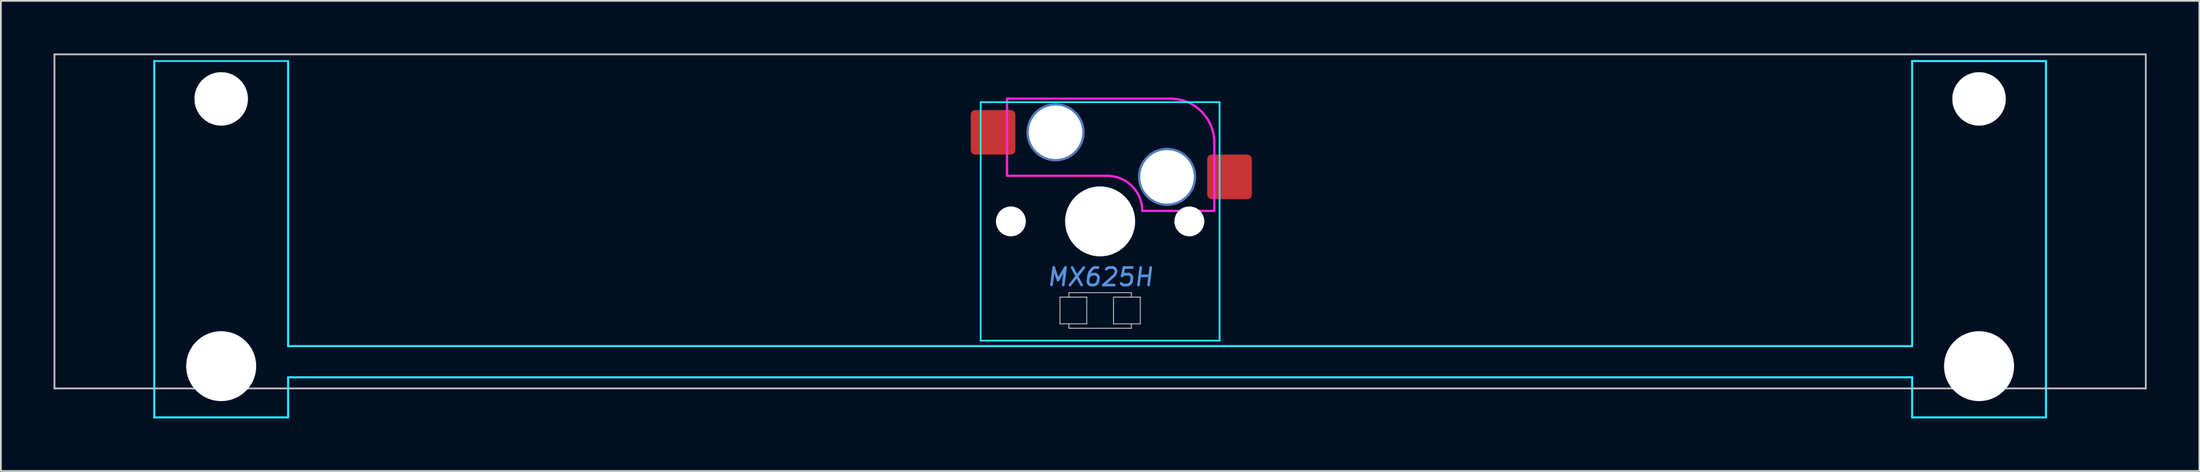
<source format=kicad_pcb>
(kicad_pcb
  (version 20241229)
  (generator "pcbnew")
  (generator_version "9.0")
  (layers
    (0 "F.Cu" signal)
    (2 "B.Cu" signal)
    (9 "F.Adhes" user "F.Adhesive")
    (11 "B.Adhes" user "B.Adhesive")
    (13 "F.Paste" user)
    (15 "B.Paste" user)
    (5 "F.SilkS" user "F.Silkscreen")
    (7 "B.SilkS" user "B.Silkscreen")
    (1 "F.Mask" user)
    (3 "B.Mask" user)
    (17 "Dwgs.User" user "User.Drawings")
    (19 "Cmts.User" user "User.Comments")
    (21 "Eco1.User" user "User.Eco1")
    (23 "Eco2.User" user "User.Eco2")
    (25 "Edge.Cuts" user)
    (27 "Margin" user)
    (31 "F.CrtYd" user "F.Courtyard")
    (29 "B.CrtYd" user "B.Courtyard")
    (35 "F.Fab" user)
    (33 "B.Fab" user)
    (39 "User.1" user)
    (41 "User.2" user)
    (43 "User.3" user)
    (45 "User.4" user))
  (footprint "MX625H"
    (layer "F.Cu")
    (at 59.581 9.575)
    (property "Reference" "MX625H" (at 0 3.175 0) (layer "Cmts.User") (effects (font (size 1 1) (thickness 0.15) (italic yes))))
    (attr smd)
    (fp_line (start -59.531 -9.525) (end -59.531 9.525) (stroke (width 0.1) (type solid)) (layer "Dwgs.User"))
    (fp_line (start -59.531 -9.525) (end 59.531 -9.525) (stroke (width 0.1) (type solid)) (layer "Dwgs.User"))
    (fp_line (start -59.531 9.525) (end 59.531 9.525) (stroke (width 0.1) (type solid)) (layer "Dwgs.User"))
    (fp_line (start -2.286 4.318) (end -0.762 4.318) (stroke (width 0.051) (type solid)) (layer "Dwgs.User"))
    (fp_line (start -2.286 5.842) (end -2.286 4.318) (stroke (width 0.051) (type solid)) (layer "Dwgs.User"))
    (fp_line (start -1.778 4.064) (end 1.778 4.064) (stroke (width 0.051) (type solid)) (layer "Dwgs.User"))
    (fp_line (start -1.778 4.318) (end -1.778 4.064) (stroke (width 0.051) (type solid)) (layer "Dwgs.User"))
    (fp_line (start -1.778 6.096) (end -1.778 5.842) (stroke (width 0.051) (type solid)) (layer "Dwgs.User"))
    (fp_line (start -0.762 4.318) (end -0.762 5.842) (stroke (width 0.051) (type solid)) (layer "Dwgs.User"))
    (fp_line (start -0.762 5.842) (end -2.286 5.842) (stroke (width 0.051) (type solid)) (layer "Dwgs.User"))
    (fp_line (start 0.762 4.318) (end 2.286 4.318) (stroke (width 0.051) (type solid)) (layer "Dwgs.User"))
    (fp_line (start 0.762 5.842) (end 0.762 4.318) (stroke (width 0.051) (type solid)) (layer "Dwgs.User"))
    (fp_line (start 1.778 4.064) (end 1.778 4.318) (stroke (width 0.051) (type solid)) (layer "Dwgs.User"))
    (fp_line (start 1.778 5.842) (end 1.778 6.096) (stroke (width 0.051) (type solid)) (layer "Dwgs.User"))
    (fp_line (start 1.778 6.096) (end -1.778 6.096) (stroke (width 0.051) (type solid)) (layer "Dwgs.User"))
    (fp_line (start 2.286 4.318) (end 2.286 5.842) (stroke (width 0.051) (type solid)) (layer "Dwgs.User"))
    (fp_line (start 2.286 5.842) (end 0.762 5.842) (stroke (width 0.051) (type solid)) (layer "Dwgs.User"))
    (fp_line (start 59.531 -9.525) (end 59.531 9.525) (stroke (width 0.1) (type solid)) (layer "Dwgs.User"))
    (fp_line (start -53.538 -5.485) (end -53.538 8.515) (stroke (width 0.1) (type solid)) (layer "Eco1.User"))
    (fp_line (start -53.038 -5.985) (end -47.038 -5.985) (stroke (width 0.1) (type solid)) (layer "Eco1.User"))
    (fp_line (start -47.038 9.015) (end -53.038 9.015) (stroke (width 0.1) (type solid)) (layer "Eco1.User"))
    (fp_line (start -46.538 8.515) (end -46.538 -5.485) (stroke (width 0.1) (type solid)) (layer "Eco1.User"))
    (fp_line (start -7 -6.5) (end -7 6.5) (stroke (width 0.1) (type solid)) (layer "Eco1.User"))
    (fp_line (start -6.5 7) (end 6.5 7) (stroke (width 0.1) (type solid)) (layer "Eco1.User"))
    (fp_line (start 6.5 -7) (end -6.5 -7) (stroke (width 0.1) (type solid)) (layer "Eco1.User"))
    (fp_line (start 7 6.5) (end 7 -6.5) (stroke (width 0.1) (type solid)) (layer "Eco1.User"))
    (fp_line (start 46.538 -5.485) (end 46.538 8.515) (stroke (width 0.1) (type solid)) (layer "Eco1.User"))
    (fp_line (start 47.038 -5.985) (end 53.038 -5.985) (stroke (width 0.1) (type solid)) (layer "Eco1.User"))
    (fp_line (start 53.038 9.015) (end 47.038 9.015) (stroke (width 0.1) (type solid)) (layer "Eco1.User"))
    (fp_line (start 53.538 8.515) (end 53.538 -5.485) (stroke (width 0.1) (type solid)) (layer "Eco1.User"))
    (fp_arc (start -53.538 -5.485) (mid -53.391553 -5.838553) (end -53.038 -5.985) (stroke (width 0.1) (type solid)) (layer "Eco1.User"))
    (fp_arc (start -53.038 9.015) (mid -53.391553 8.868553) (end -53.538 8.515) (stroke (width 0.1) (type solid)) (layer "Eco1.User"))
    (fp_arc (start -47.038 -5.985) (mid -46.684447 -5.838553) (end -46.538 -5.485) (stroke (width 0.1) (type solid)) (layer "Eco1.User"))
    (fp_arc (start -46.538 8.515) (mid -46.684447 8.868553) (end -47.038 9.015) (stroke (width 0.1) (type solid)) (layer "Eco1.User"))
    (fp_arc (start -7 -6.5) (mid -6.853553 -6.853553) (end -6.5 -7) (stroke (width 0.1) (type solid)) (layer "Eco1.User"))
    (fp_arc (start -6.5 7) (mid -6.853553 6.853553) (end -7 6.5) (stroke (width 0.1) (type solid)) (layer "Eco1.User"))
    (fp_arc (start 6.5 -7) (mid 6.853553 -6.853553) (end 7 -6.5) (stroke (width 0.1) (type solid)) (layer "Eco1.User"))
    (fp_arc (start 7 6.5) (mid 6.853553 6.853553) (end 6.5 7) (stroke (width 0.1) (type solid)) (layer "Eco1.User"))
    (fp_arc (start 46.538 -5.485) (mid 46.684447 -5.838553) (end 47.038 -5.985) (stroke (width 0.1) (type solid)) (layer "Eco1.User"))
    (fp_arc (start 47.038 9.015) (mid 46.684447 8.868553) (end 46.538 8.515) (stroke (width 0.1) (type solid)) (layer "Eco1.User"))
    (fp_arc (start 53.038 -5.985) (mid 53.391553 -5.838553) (end 53.538 -5.485) (stroke (width 0.1) (type solid)) (layer "Eco1.User"))
    (fp_arc (start 53.538 8.515) (mid 53.391553 8.868553) (end 53.038 9.015) (stroke (width 0.1) (type solid)) (layer "Eco1.User"))
    (fp_line (start -53.848 -9.144) (end -46.228 -9.144) (stroke (width 0.1) (type solid)) (layer "B.CrtYd"))
    (fp_line (start -53.848 11.176) (end -53.848 -9.144) (stroke (width 0.12) (type solid)) (layer "B.CrtYd"))
    (fp_line (start -53.848 11.176) (end -46.228 11.176) (stroke (width 0.12) (type solid)) (layer "B.CrtYd"))
    (fp_line (start -46.228 7.112) (end -46.228 -9.144) (stroke (width 0.12) (type solid)) (layer "B.CrtYd"))
    (fp_line (start -46.228 7.112) (end 46.228 7.112) (stroke (width 0.12) (type solid)) (layer "B.CrtYd"))
    (fp_line (start -46.228 8.89) (end 46.228 8.89) (stroke (width 0.12) (type solid)) (layer "B.CrtYd"))
    (fp_line (start -46.228 11.176) (end -46.228 8.89) (stroke (width 0.12) (type solid)) (layer "B.CrtYd"))
    (fp_line (start -6.8 -6.8) (end -6.8 6.8) (stroke (width 0.1) (type solid)) (layer "B.CrtYd"))
    (fp_line (start 6.8 -6.8) (end -6.8 -6.8) (stroke (width 0.1) (type solid)) (layer "B.CrtYd"))
    (fp_line (start 6.8 -6.8) (end 6.8 6.8) (stroke (width 0.1) (type solid)) (layer "B.CrtYd"))
    (fp_line (start 6.8 6.8) (end -6.8 6.8) (stroke (width 0.1) (type solid)) (layer "B.CrtYd"))
    (fp_line (start 46.228 7.112) (end 46.228 -9.144) (stroke (width 0.12) (type solid)) (layer "B.CrtYd"))
    (fp_line (start 46.228 11.176) (end 46.228 8.89) (stroke (width 0.12) (type solid)) (layer "B.CrtYd"))
    (fp_line (start 53.848 -9.144) (end 46.228 -9.144) (stroke (width 0.12) (type solid)) (layer "B.CrtYd"))
    (fp_line (start 53.848 11.176) (end 46.228 11.176) (stroke (width 0.12) (type solid)) (layer "B.CrtYd"))
    (fp_line (start 53.848 11.176) (end 53.848 -9.144) (stroke (width 0.12) (type solid)) (layer "B.CrtYd"))
    (fp_line (start -5.3 -7) (end -5.3 -2.6) (stroke (width 0.127) (type solid)) (layer "F.CrtYd"))
    (fp_line (start -5.2 -7) (end -5.3 -7) (stroke (width 0.12) (type solid)) (layer "F.CrtYd"))
    (fp_line (start 0.4 -2.6) (end -5.3 -2.6) (stroke (width 0.127) (type solid)) (layer "F.CrtYd"))
    (fp_line (start 4 -7) (end -5.2 -7) (stroke (width 0.12) (type solid)) (layer "F.CrtYd"))
    (fp_line (start 6.5 -4.5) (end 6.5 -0.6) (stroke (width 0.127) (type solid)) (layer "F.CrtYd"))
    (fp_line (start 6.5 -0.6) (end 2.4 -0.6) (stroke (width 0.12) (type solid)) (layer "F.CrtYd"))
    (fp_arc (start 0.4 -2.6) (mid 1.814214 -2.014214) (end 2.4 -0.6) (stroke (width 0.127) (type solid)) (layer "F.CrtYd"))
    (fp_arc (start 4 -7) (mid 5.767767 -6.267767) (end 6.5 -4.5) (stroke (width 0.127) (type solid)) (layer "F.CrtYd"))
    (pad "" np_thru_hole circle (at -50.038 -6.985) (size 3.048 3.048) (drill 3.048) (layers "*.Cu" "*.Mask"))
    (pad "" np_thru_hole circle (at -50.038 8.255) (size 3.988 3.988) (drill 3.988) (layers "*.Cu" "*.Mask"))
    (pad "" np_thru_hole circle (at -5.08 0) (size 1.702 1.702) (drill 1.702) (layers "*.Cu" "*.Mask"))
    (pad "" np_thru_hole circle (at -2.54 -5.08) (size 3.302 3.302) (drill 3.048) (layers "*.Cu" "*.Mask"))
    (pad "" np_thru_hole circle (at 0 0) (size 3.988 3.988) (drill 3.988) (layers "*.Cu" "*.Mask"))
    (pad "" np_thru_hole circle (at 3.81 -2.54) (size 3.302 3.302) (drill 3.048) (layers "*.Cu" "*.Mask"))
    (pad "" np_thru_hole circle (at 5.08 0) (size 1.702 1.702) (drill 1.702) (layers "*.Cu" "*.Mask"))
    (pad "" np_thru_hole circle (at 50.038 -6.985) (size 3.048 3.048) (drill 3.048) (layers "*.Cu" "*.Mask"))
    (pad "" np_thru_hole circle (at 50.038 8.255) (size 3.988 3.988) (drill 3.988) (layers "*.Cu" "*.Mask"))
    (pad "1" smd roundrect (at -6.096 -5.08) (size 2.54 2.54) (layers "F.Cu" "F.Mask") (roundrect_rratio 0.1))
    (pad "2" smd roundrect (at 7.366 -2.54) (size 2.54 2.54) (layers "F.Cu" "F.Mask") (roundrect_rratio 0.1)))
  (gr_rect
    (start -3 -3)
    (end 122.162 23.811)
    (stroke (width 0.1) (type default))
    (fill no)
    (layer "Edge.Cuts")))
</source>
